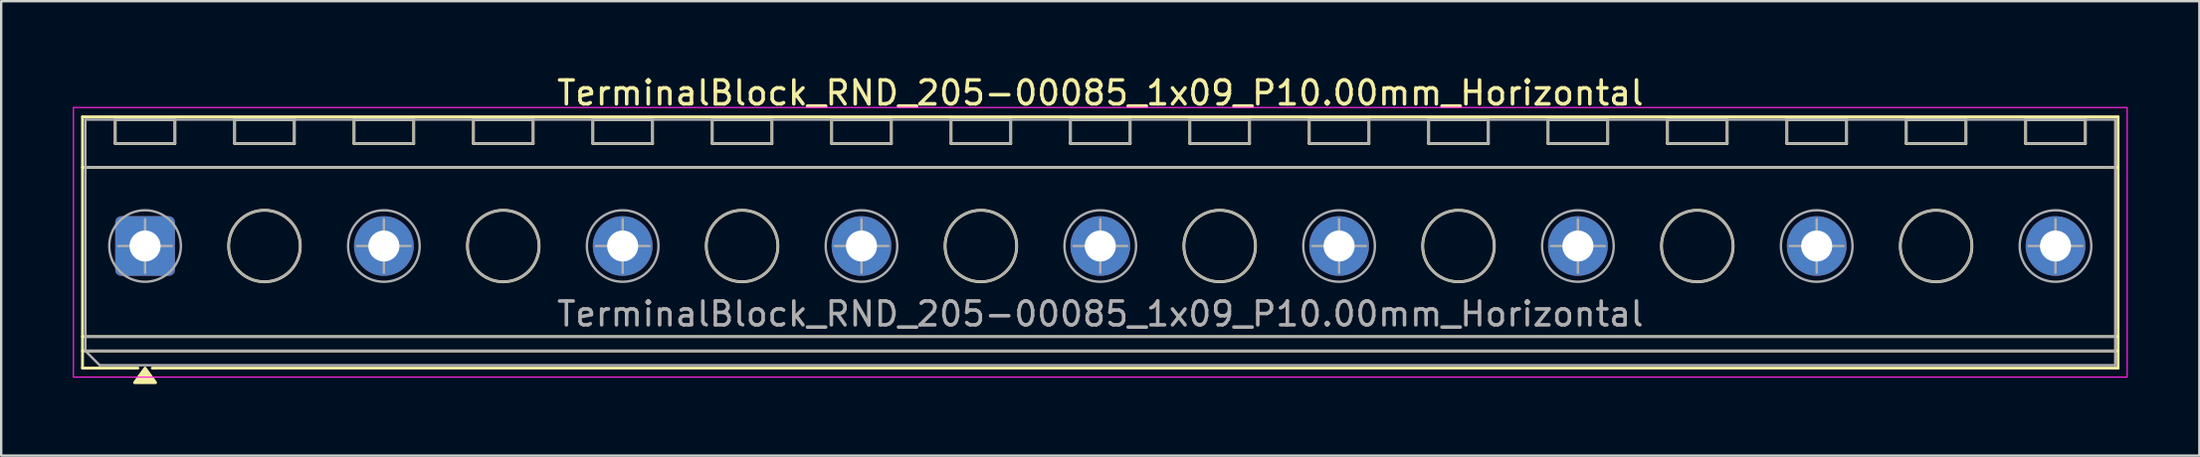
<source format=kicad_pcb>
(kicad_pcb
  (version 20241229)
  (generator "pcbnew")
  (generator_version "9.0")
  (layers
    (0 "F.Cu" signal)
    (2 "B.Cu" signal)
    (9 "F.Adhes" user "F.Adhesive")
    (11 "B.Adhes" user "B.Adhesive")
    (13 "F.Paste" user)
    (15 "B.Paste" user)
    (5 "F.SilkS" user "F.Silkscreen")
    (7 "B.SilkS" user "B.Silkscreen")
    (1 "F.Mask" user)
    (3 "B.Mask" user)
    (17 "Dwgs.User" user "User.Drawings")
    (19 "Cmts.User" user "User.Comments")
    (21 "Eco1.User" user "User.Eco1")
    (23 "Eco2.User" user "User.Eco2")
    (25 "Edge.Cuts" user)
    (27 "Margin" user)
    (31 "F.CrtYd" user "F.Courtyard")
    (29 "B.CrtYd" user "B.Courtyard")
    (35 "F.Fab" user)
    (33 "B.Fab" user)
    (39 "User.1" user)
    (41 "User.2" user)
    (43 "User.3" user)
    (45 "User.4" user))
  (footprint "TerminalBlock_RND_205-00085_1x09_P10.00mm_Horizontal"
    (layer "F.Cu")
    (at 3.025 7.268)
    (property "Reference" "TerminalBlock_RND_205-00085_1x09_P10.00mm_Horizontal" (at 40 -6.42 0) (layer "F.SilkS") (effects (font (size 1 1) (thickness 0.15))))
    (attr through_hole)
    (fp_line (start -2.62 -5.42) (end 82.62 -5.42) (stroke (width 0.12) (type solid)) (layer "F.SilkS"))
    (fp_line (start -2.62 -3.3) (end 82.62 -3.3) (stroke (width 0.12) (type solid)) (layer "F.SilkS"))
    (fp_line (start -2.62 3.8) (end 82.62 3.8) (stroke (width 0.12) (type solid)) (layer "F.SilkS"))
    (fp_line (start -2.62 4.4) (end 82.62 4.4) (stroke (width 0.12) (type solid)) (layer "F.SilkS"))
    (fp_line (start -2.62 5.12) (end -2.62 -5.42) (stroke (width 0.12) (type solid)) (layer "F.SilkS"))
    (fp_line (start -1.25 -5.3) (end 1.25 -5.3) (stroke (width 0.12) (type solid)) (layer "F.SilkS"))
    (fp_line (start -1.25 -4.3) (end -1.25 -5.3) (stroke (width 0.12) (type solid)) (layer "F.SilkS"))
    (fp_line (start -0.3 5.12) (end -2.62 5.12) (stroke (width 0.12) (type solid)) (layer "F.SilkS"))
    (fp_line (start 1.25 -5.3) (end 1.25 -4.3) (stroke (width 0.12) (type solid)) (layer "F.SilkS"))
    (fp_line (start 1.25 -4.3) (end -1.25 -4.3) (stroke (width 0.12) (type solid)) (layer "F.SilkS"))
    (fp_line (start 3.75 -5.3) (end 6.25 -5.3) (stroke (width 0.12) (type solid)) (layer "F.SilkS"))
    (fp_line (start 3.75 -4.3) (end 3.75 -5.3) (stroke (width 0.12) (type solid)) (layer "F.SilkS"))
    (fp_line (start 6.25 -5.3) (end 6.25 -4.3) (stroke (width 0.12) (type solid)) (layer "F.SilkS"))
    (fp_line (start 6.25 -4.3) (end 3.75 -4.3) (stroke (width 0.12) (type solid)) (layer "F.SilkS"))
    (fp_line (start 8.75 -5.3) (end 11.25 -5.3) (stroke (width 0.12) (type solid)) (layer "F.SilkS"))
    (fp_line (start 8.75 -4.3) (end 8.75 -5.3) (stroke (width 0.12) (type solid)) (layer "F.SilkS"))
    (fp_line (start 11.25 -5.3) (end 11.25 -4.3) (stroke (width 0.12) (type solid)) (layer "F.SilkS"))
    (fp_line (start 11.25 -4.3) (end 8.75 -4.3) (stroke (width 0.12) (type solid)) (layer "F.SilkS"))
    (fp_line (start 13.75 -5.3) (end 16.25 -5.3) (stroke (width 0.12) (type solid)) (layer "F.SilkS"))
    (fp_line (start 13.75 -4.3) (end 13.75 -5.3) (stroke (width 0.12) (type solid)) (layer "F.SilkS"))
    (fp_line (start 16.25 -5.3) (end 16.25 -4.3) (stroke (width 0.12) (type solid)) (layer "F.SilkS"))
    (fp_line (start 16.25 -4.3) (end 13.75 -4.3) (stroke (width 0.12) (type solid)) (layer "F.SilkS"))
    (fp_line (start 18.75 -5.3) (end 21.25 -5.3) (stroke (width 0.12) (type solid)) (layer "F.SilkS"))
    (fp_line (start 18.75 -4.3) (end 18.75 -5.3) (stroke (width 0.12) (type solid)) (layer "F.SilkS"))
    (fp_line (start 21.25 -5.3) (end 21.25 -4.3) (stroke (width 0.12) (type solid)) (layer "F.SilkS"))
    (fp_line (start 21.25 -4.3) (end 18.75 -4.3) (stroke (width 0.12) (type solid)) (layer "F.SilkS"))
    (fp_line (start 23.75 -5.3) (end 26.25 -5.3) (stroke (width 0.12) (type solid)) (layer "F.SilkS"))
    (fp_line (start 23.75 -4.3) (end 23.75 -5.3) (stroke (width 0.12) (type solid)) (layer "F.SilkS"))
    (fp_line (start 26.25 -5.3) (end 26.25 -4.3) (stroke (width 0.12) (type solid)) (layer "F.SilkS"))
    (fp_line (start 26.25 -4.3) (end 23.75 -4.3) (stroke (width 0.12) (type solid)) (layer "F.SilkS"))
    (fp_line (start 28.75 -5.3) (end 31.25 -5.3) (stroke (width 0.12) (type solid)) (layer "F.SilkS"))
    (fp_line (start 28.75 -4.3) (end 28.75 -5.3) (stroke (width 0.12) (type solid)) (layer "F.SilkS"))
    (fp_line (start 31.25 -5.3) (end 31.25 -4.3) (stroke (width 0.12) (type solid)) (layer "F.SilkS"))
    (fp_line (start 31.25 -4.3) (end 28.75 -4.3) (stroke (width 0.12) (type solid)) (layer "F.SilkS"))
    (fp_line (start 33.75 -5.3) (end 36.25 -5.3) (stroke (width 0.12) (type solid)) (layer "F.SilkS"))
    (fp_line (start 33.75 -4.3) (end 33.75 -5.3) (stroke (width 0.12) (type solid)) (layer "F.SilkS"))
    (fp_line (start 36.25 -5.3) (end 36.25 -4.3) (stroke (width 0.12) (type solid)) (layer "F.SilkS"))
    (fp_line (start 36.25 -4.3) (end 33.75 -4.3) (stroke (width 0.12) (type solid)) (layer "F.SilkS"))
    (fp_line (start 38.75 -5.3) (end 41.25 -5.3) (stroke (width 0.12) (type solid)) (layer "F.SilkS"))
    (fp_line (start 38.75 -4.3) (end 38.75 -5.3) (stroke (width 0.12) (type solid)) (layer "F.SilkS"))
    (fp_line (start 41.25 -5.3) (end 41.25 -4.3) (stroke (width 0.12) (type solid)) (layer "F.SilkS"))
    (fp_line (start 41.25 -4.3) (end 38.75 -4.3) (stroke (width 0.12) (type solid)) (layer "F.SilkS"))
    (fp_line (start 43.75 -5.3) (end 46.25 -5.3) (stroke (width 0.12) (type solid)) (layer "F.SilkS"))
    (fp_line (start 43.75 -4.3) (end 43.75 -5.3) (stroke (width 0.12) (type solid)) (layer "F.SilkS"))
    (fp_line (start 46.25 -5.3) (end 46.25 -4.3) (stroke (width 0.12) (type solid)) (layer "F.SilkS"))
    (fp_line (start 46.25 -4.3) (end 43.75 -4.3) (stroke (width 0.12) (type solid)) (layer "F.SilkS"))
    (fp_line (start 48.75 -5.3) (end 51.25 -5.3) (stroke (width 0.12) (type solid)) (layer "F.SilkS"))
    (fp_line (start 48.75 -4.3) (end 48.75 -5.3) (stroke (width 0.12) (type solid)) (layer "F.SilkS"))
    (fp_line (start 51.25 -5.3) (end 51.25 -4.3) (stroke (width 0.12) (type solid)) (layer "F.SilkS"))
    (fp_line (start 51.25 -4.3) (end 48.75 -4.3) (stroke (width 0.12) (type solid)) (layer "F.SilkS"))
    (fp_line (start 53.75 -5.3) (end 56.25 -5.3) (stroke (width 0.12) (type solid)) (layer "F.SilkS"))
    (fp_line (start 53.75 -4.3) (end 53.75 -5.3) (stroke (width 0.12) (type solid)) (layer "F.SilkS"))
    (fp_line (start 56.25 -5.3) (end 56.25 -4.3) (stroke (width 0.12) (type solid)) (layer "F.SilkS"))
    (fp_line (start 56.25 -4.3) (end 53.75 -4.3) (stroke (width 0.12) (type solid)) (layer "F.SilkS"))
    (fp_line (start 58.75 -5.3) (end 61.25 -5.3) (stroke (width 0.12) (type solid)) (layer "F.SilkS"))
    (fp_line (start 58.75 -4.3) (end 58.75 -5.3) (stroke (width 0.12) (type solid)) (layer "F.SilkS"))
    (fp_line (start 61.25 -5.3) (end 61.25 -4.3) (stroke (width 0.12) (type solid)) (layer "F.SilkS"))
    (fp_line (start 61.25 -4.3) (end 58.75 -4.3) (stroke (width 0.12) (type solid)) (layer "F.SilkS"))
    (fp_line (start 63.75 -5.3) (end 66.25 -5.3) (stroke (width 0.12) (type solid)) (layer "F.SilkS"))
    (fp_line (start 63.75 -4.3) (end 63.75 -5.3) (stroke (width 0.12) (type solid)) (layer "F.SilkS"))
    (fp_line (start 66.25 -5.3) (end 66.25 -4.3) (stroke (width 0.12) (type solid)) (layer "F.SilkS"))
    (fp_line (start 66.25 -4.3) (end 63.75 -4.3) (stroke (width 0.12) (type solid)) (layer "F.SilkS"))
    (fp_line (start 68.75 -5.3) (end 71.25 -5.3) (stroke (width 0.12) (type solid)) (layer "F.SilkS"))
    (fp_line (start 68.75 -4.3) (end 68.75 -5.3) (stroke (width 0.12) (type solid)) (layer "F.SilkS"))
    (fp_line (start 71.25 -5.3) (end 71.25 -4.3) (stroke (width 0.12) (type solid)) (layer "F.SilkS"))
    (fp_line (start 71.25 -4.3) (end 68.75 -4.3) (stroke (width 0.12) (type solid)) (layer "F.SilkS"))
    (fp_line (start 73.75 -5.3) (end 76.25 -5.3) (stroke (width 0.12) (type solid)) (layer "F.SilkS"))
    (fp_line (start 73.75 -4.3) (end 73.75 -5.3) (stroke (width 0.12) (type solid)) (layer "F.SilkS"))
    (fp_line (start 76.25 -5.3) (end 76.25 -4.3) (stroke (width 0.12) (type solid)) (layer "F.SilkS"))
    (fp_line (start 76.25 -4.3) (end 73.75 -4.3) (stroke (width 0.12) (type solid)) (layer "F.SilkS"))
    (fp_line (start 78.75 -5.3) (end 81.25 -5.3) (stroke (width 0.12) (type solid)) (layer "F.SilkS"))
    (fp_line (start 78.75 -4.3) (end 78.75 -5.3) (stroke (width 0.12) (type solid)) (layer "F.SilkS"))
    (fp_line (start 81.25 -5.3) (end 81.25 -4.3) (stroke (width 0.12) (type solid)) (layer "F.SilkS"))
    (fp_line (start 81.25 -4.3) (end 78.75 -4.3) (stroke (width 0.12) (type solid)) (layer "F.SilkS"))
    (fp_line (start 82.62 -5.42) (end 82.62 5.12) (stroke (width 0.12) (type solid)) (layer "F.SilkS"))
    (fp_line (start 82.62 5.12) (end 0.3 5.12) (stroke (width 0.12) (type solid)) (layer "F.SilkS"))
    (fp_circle (center 5 0) (end 6.5 0) (stroke (width 0.12) (type solid)) (fill no) (layer "F.SilkS"))
    (fp_circle (center 15 0) (end 16.5 0) (stroke (width 0.12) (type solid)) (fill no) (layer "F.SilkS"))
    (fp_circle (center 25 0) (end 26.5 0) (stroke (width 0.12) (type solid)) (fill no) (layer "F.SilkS"))
    (fp_circle (center 35 0) (end 36.5 0) (stroke (width 0.12) (type solid)) (fill no) (layer "F.SilkS"))
    (fp_circle (center 45 0) (end 46.5 0) (stroke (width 0.12) (type solid)) (fill no) (layer "F.SilkS"))
    (fp_circle (center 55 0) (end 56.5 0) (stroke (width 0.12) (type solid)) (fill no) (layer "F.SilkS"))
    (fp_circle (center 65 0) (end 66.5 0) (stroke (width 0.12) (type solid)) (fill no) (layer "F.SilkS"))
    (fp_circle (center 75 0) (end 76.5 0) (stroke (width 0.12) (type solid)) (fill no) (layer "F.SilkS"))
    (fp_poly (pts (xy 0 5.12) (xy 0.44 5.73) (xy -0.44 5.73)) (stroke (width 0.12) (type solid)) (fill yes) (layer "F.SilkS"))
    (fp_rect (start -3 -5.81) (end 83 5.5) (stroke (width 0.05) (type solid)) (fill no) (layer "F.CrtYd"))
    (fp_line (start -2.5 -5.3) (end 82.5 -5.3) (stroke (width 0.1) (type solid)) (layer "F.Fab"))
    (fp_line (start -2.5 -3.3) (end 82.5 -3.3) (stroke (width 0.1) (type solid)) (layer "F.Fab"))
    (fp_line (start -2.5 3.8) (end 82.5 3.8) (stroke (width 0.1) (type solid)) (layer "F.Fab"))
    (fp_line (start -2.5 4.4) (end -2.5 -5.3) (stroke (width 0.1) (type solid)) (layer "F.Fab"))
    (fp_line (start -2.5 4.4) (end 82.5 4.4) (stroke (width 0.1) (type solid)) (layer "F.Fab"))
    (fp_line (start -1.9 5) (end -2.5 4.4) (stroke (width 0.1) (type solid)) (layer "F.Fab"))
    (fp_line (start -1.125 0) (end 1.125 0) (stroke (width 0.1) (type solid)) (layer "F.Fab"))
    (fp_line (start 0 -1.125) (end 0 1.125) (stroke (width 0.1) (type solid)) (layer "F.Fab"))
    (fp_line (start 8.875 0) (end 11.125 0) (stroke (width 0.1) (type solid)) (layer "F.Fab"))
    (fp_line (start 10 -1.125) (end 10 1.125) (stroke (width 0.1) (type solid)) (layer "F.Fab"))
    (fp_line (start 18.875 0) (end 21.125 0) (stroke (width 0.1) (type solid)) (layer "F.Fab"))
    (fp_line (start 20 -1.125) (end 20 1.125) (stroke (width 0.1) (type solid)) (layer "F.Fab"))
    (fp_line (start 28.875 0) (end 31.125 0) (stroke (width 0.1) (type solid)) (layer "F.Fab"))
    (fp_line (start 30 -1.125) (end 30 1.125) (stroke (width 0.1) (type solid)) (layer "F.Fab"))
    (fp_line (start 38.875 0) (end 41.125 0) (stroke (width 0.1) (type solid)) (layer "F.Fab"))
    (fp_line (start 40 -1.125) (end 40 1.125) (stroke (width 0.1) (type solid)) (layer "F.Fab"))
    (fp_line (start 48.875 0) (end 51.125 0) (stroke (width 0.1) (type solid)) (layer "F.Fab"))
    (fp_line (start 50 -1.125) (end 50 1.125) (stroke (width 0.1) (type solid)) (layer "F.Fab"))
    (fp_line (start 58.875 0) (end 61.125 0) (stroke (width 0.1) (type solid)) (layer "F.Fab"))
    (fp_line (start 60 -1.125) (end 60 1.125) (stroke (width 0.1) (type solid)) (layer "F.Fab"))
    (fp_line (start 68.875 0) (end 71.125 0) (stroke (width 0.1) (type solid)) (layer "F.Fab"))
    (fp_line (start 70 -1.125) (end 70 1.125) (stroke (width 0.1) (type solid)) (layer "F.Fab"))
    (fp_line (start 78.875 0) (end 81.125 0) (stroke (width 0.1) (type solid)) (layer "F.Fab"))
    (fp_line (start 80 -1.125) (end 80 1.125) (stroke (width 0.1) (type solid)) (layer "F.Fab"))
    (fp_line (start 82.5 -5.3) (end 82.5 5) (stroke (width 0.1) (type solid)) (layer "F.Fab"))
    (fp_line (start 82.5 5) (end -1.9 5) (stroke (width 0.1) (type solid)) (layer "F.Fab"))
    (fp_rect (start -1.25 -5.3) (end 1.25 -4.3) (stroke (width 0.1) (type solid)) (fill no) (layer "F.Fab"))
    (fp_rect (start 3.75 -5.3) (end 6.25 -4.3) (stroke (width 0.1) (type solid)) (fill no) (layer "F.Fab"))
    (fp_rect (start 8.75 -5.3) (end 11.25 -4.3) (stroke (width 0.1) (type solid)) (fill no) (layer "F.Fab"))
    (fp_rect (start 13.75 -5.3) (end 16.25 -4.3) (stroke (width 0.1) (type solid)) (fill no) (layer "F.Fab"))
    (fp_rect (start 18.75 -5.3) (end 21.25 -4.3) (stroke (width 0.1) (type solid)) (fill no) (layer "F.Fab"))
    (fp_rect (start 23.75 -5.3) (end 26.25 -4.3) (stroke (width 0.1) (type solid)) (fill no) (layer "F.Fab"))
    (fp_rect (start 28.75 -5.3) (end 31.25 -4.3) (stroke (width 0.1) (type solid)) (fill no) (layer "F.Fab"))
    (fp_rect (start 33.75 -5.3) (end 36.25 -4.3) (stroke (width 0.1) (type solid)) (fill no) (layer "F.Fab"))
    (fp_rect (start 38.75 -5.3) (end 41.25 -4.3) (stroke (width 0.1) (type solid)) (fill no) (layer "F.Fab"))
    (fp_rect (start 43.75 -5.3) (end 46.25 -4.3) (stroke (width 0.1) (type solid)) (fill no) (layer "F.Fab"))
    (fp_rect (start 48.75 -5.3) (end 51.25 -4.3) (stroke (width 0.1) (type solid)) (fill no) (layer "F.Fab"))
    (fp_rect (start 53.75 -5.3) (end 56.25 -4.3) (stroke (width 0.1) (type solid)) (fill no) (layer "F.Fab"))
    (fp_rect (start 58.75 -5.3) (end 61.25 -4.3) (stroke (width 0.1) (type solid)) (fill no) (layer "F.Fab"))
    (fp_rect (start 63.75 -5.3) (end 66.25 -4.3) (stroke (width 0.1) (type solid)) (fill no) (layer "F.Fab"))
    (fp_rect (start 68.75 -5.3) (end 71.25 -4.3) (stroke (width 0.1) (type solid)) (fill no) (layer "F.Fab"))
    (fp_rect (start 73.75 -5.3) (end 76.25 -4.3) (stroke (width 0.1) (type solid)) (fill no) (layer "F.Fab"))
    (fp_rect (start 78.75 -5.3) (end 81.25 -4.3) (stroke (width 0.1) (type solid)) (fill no) (layer "F.Fab"))
    (fp_circle (center 0 0) (end 1.5 0) (stroke (width 0.1) (type solid)) (fill no) (layer "F.Fab"))
    (fp_circle (center 5 0) (end 6.5 0) (stroke (width 0.1) (type solid)) (fill no) (layer "F.Fab"))
    (fp_circle (center 10 0) (end 11.5 0) (stroke (width 0.1) (type solid)) (fill no) (layer "F.Fab"))
    (fp_circle (center 15 0) (end 16.5 0) (stroke (width 0.1) (type solid)) (fill no) (layer "F.Fab"))
    (fp_circle (center 20 0) (end 21.5 0) (stroke (width 0.1) (type solid)) (fill no) (layer "F.Fab"))
    (fp_circle (center 25 0) (end 26.5 0) (stroke (width 0.1) (type solid)) (fill no) (layer "F.Fab"))
    (fp_circle (center 30 0) (end 31.5 0) (stroke (width 0.1) (type solid)) (fill no) (layer "F.Fab"))
    (fp_circle (center 35 0) (end 36.5 0) (stroke (width 0.1) (type solid)) (fill no) (layer "F.Fab"))
    (fp_circle (center 40 0) (end 41.5 0) (stroke (width 0.1) (type solid)) (fill no) (layer "F.Fab"))
    (fp_circle (center 45 0) (end 46.5 0) (stroke (width 0.1) (type solid)) (fill no) (layer "F.Fab"))
    (fp_circle (center 50 0) (end 51.5 0) (stroke (width 0.1) (type solid)) (fill no) (layer "F.Fab"))
    (fp_circle (center 55 0) (end 56.5 0) (stroke (width 0.1) (type solid)) (fill no) (layer "F.Fab"))
    (fp_circle (center 60 0) (end 61.5 0) (stroke (width 0.1) (type solid)) (fill no) (layer "F.Fab"))
    (fp_circle (center 65 0) (end 66.5 0) (stroke (width 0.1) (type solid)) (fill no) (layer "F.Fab"))
    (fp_circle (center 70 0) (end 71.5 0) (stroke (width 0.1) (type solid)) (fill no) (layer "F.Fab"))
    (fp_circle (center 75 0) (end 76.5 0) (stroke (width 0.1) (type solid)) (fill no) (layer "F.Fab"))
    (fp_circle (center 80 0) (end 81.5 0) (stroke (width 0.1) (type solid)) (fill no) (layer "F.Fab"))
    (fp_text user "${REFERENCE}" (at 40 2.85 0) (layer "F.Fab") (effects (font (size 1 1) (thickness 0.15))))
    (pad "1" thru_hole roundrect (at 0 0) (size 2.5 2.5) (drill 1.3) (layers "*.Cu" "*.Mask") (roundrect_rratio 0.1))
    (pad "2" thru_hole circle (at 10 0) (size 2.5 2.5) (drill 1.3) (layers "*.Cu" "*.Mask"))
    (pad "3" thru_hole circle (at 20 0) (size 2.5 2.5) (drill 1.3) (layers "*.Cu" "*.Mask"))
    (pad "4" thru_hole circle (at 30 0) (size 2.5 2.5) (drill 1.3) (layers "*.Cu" "*.Mask"))
    (pad "5" thru_hole circle (at 40 0) (size 2.5 2.5) (drill 1.3) (layers "*.Cu" "*.Mask"))
    (pad "6" thru_hole circle (at 50 0) (size 2.5 2.5) (drill 1.3) (layers "*.Cu" "*.Mask"))
    (pad "7" thru_hole circle (at 60 0) (size 2.5 2.5) (drill 1.3) (layers "*.Cu" "*.Mask"))
    (pad "8" thru_hole circle (at 70 0) (size 2.5 2.5) (drill 1.3) (layers "*.Cu" "*.Mask"))
    (pad "9" thru_hole circle (at 80 0) (size 2.5 2.5) (drill 1.3) (layers "*.Cu" "*.Mask")))
  (gr_rect
    (start -3 -3)
    (end 89.05 16.058)
    (stroke (width 0.1) (type default))
    (fill no)
    (layer "Edge.Cuts")))
</source>
